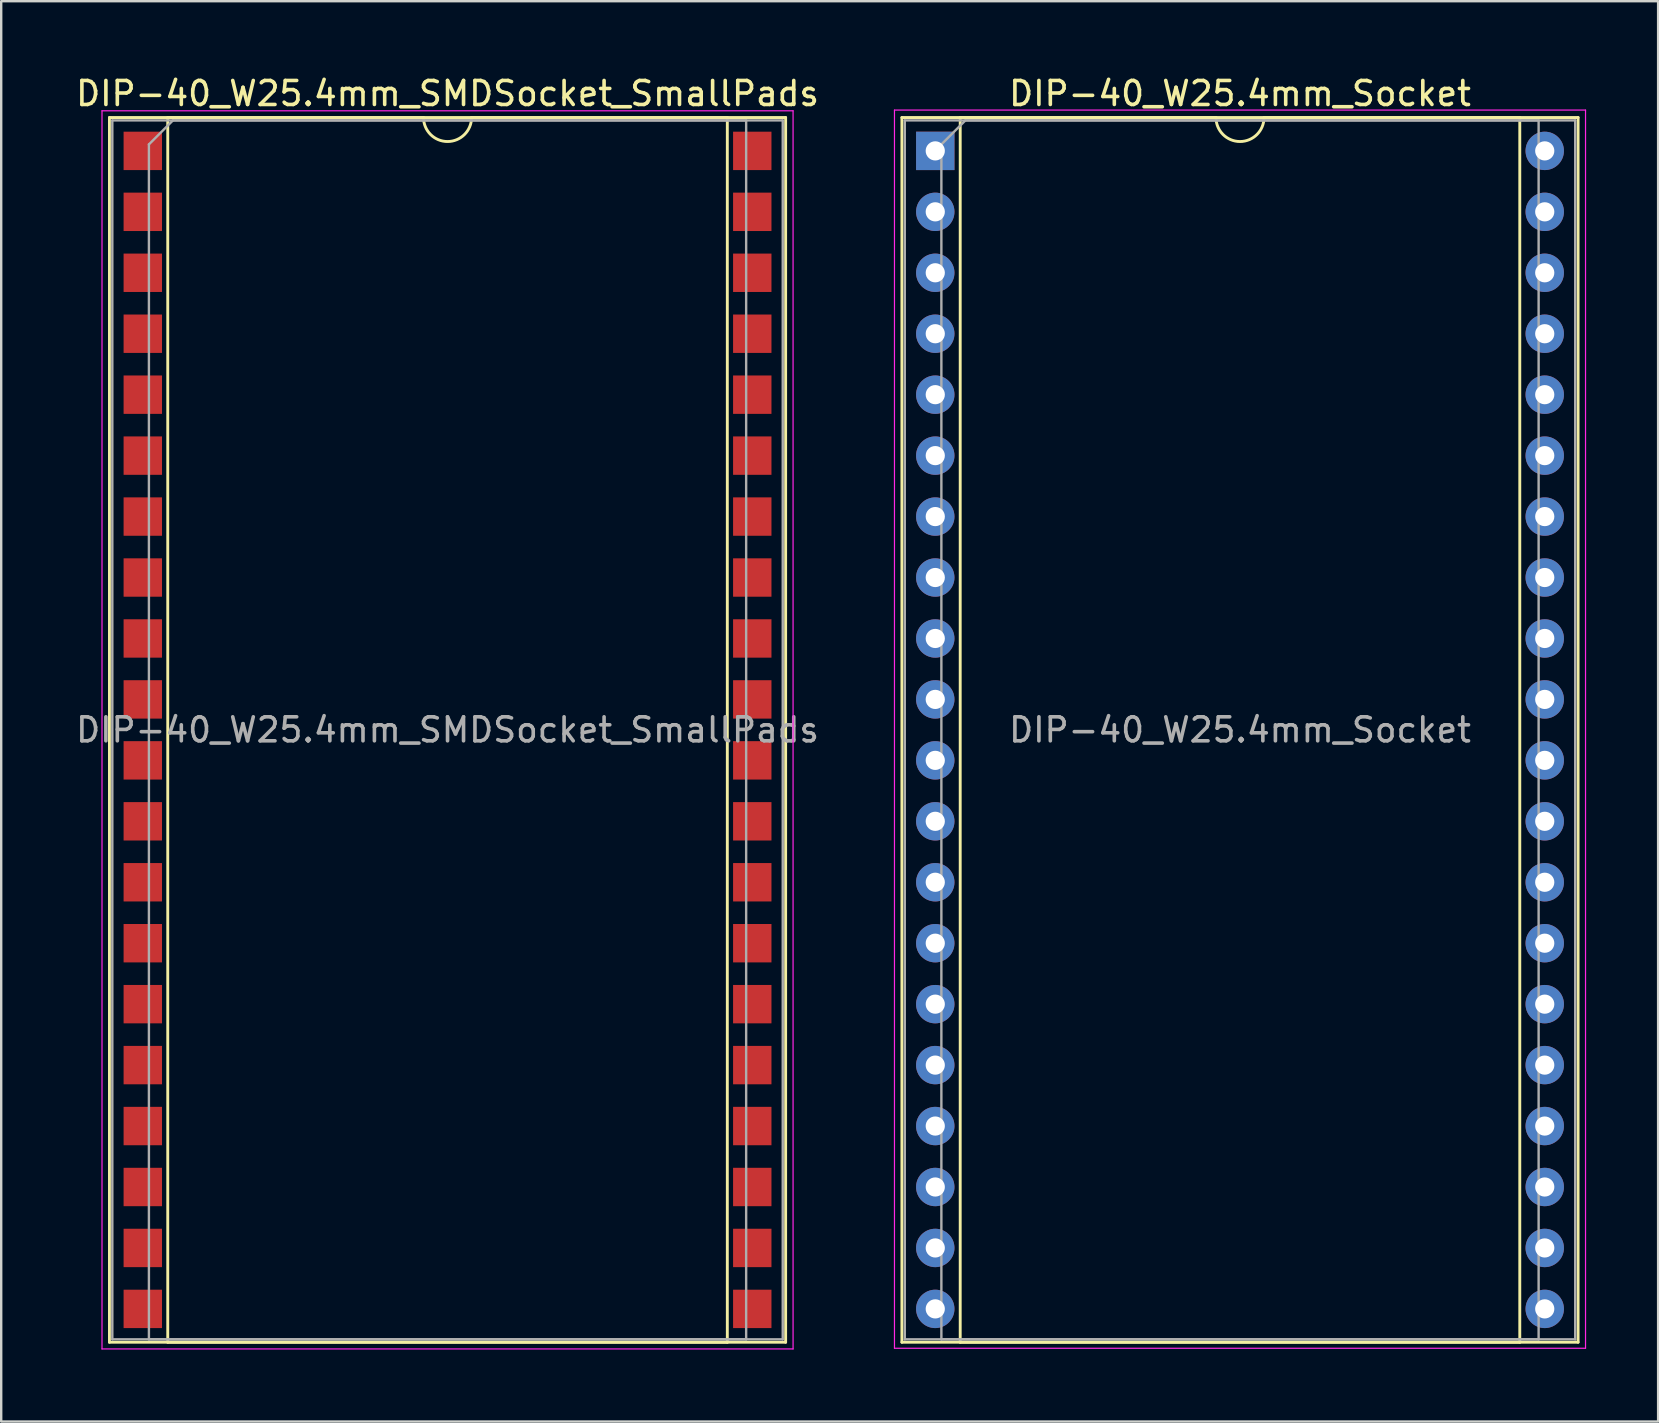
<source format=kicad_pcb>
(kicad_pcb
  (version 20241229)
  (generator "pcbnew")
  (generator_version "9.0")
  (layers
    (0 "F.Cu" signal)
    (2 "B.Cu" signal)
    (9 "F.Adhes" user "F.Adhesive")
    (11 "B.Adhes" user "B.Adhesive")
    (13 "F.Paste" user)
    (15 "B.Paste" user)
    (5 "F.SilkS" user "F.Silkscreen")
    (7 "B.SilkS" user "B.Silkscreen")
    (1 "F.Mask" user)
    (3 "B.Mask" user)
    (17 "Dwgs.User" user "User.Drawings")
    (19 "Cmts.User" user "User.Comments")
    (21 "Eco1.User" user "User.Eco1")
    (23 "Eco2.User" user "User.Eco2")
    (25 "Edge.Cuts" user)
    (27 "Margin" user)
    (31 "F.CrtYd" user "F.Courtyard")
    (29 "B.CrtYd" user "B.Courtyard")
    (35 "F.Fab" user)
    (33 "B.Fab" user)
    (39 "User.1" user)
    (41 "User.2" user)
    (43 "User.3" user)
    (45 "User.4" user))
  (footprint "DIP-40_W25.4mm_SMDSocket_SmallPads"
    (layer "F.Cu")
    (at 15.601 27.368)
    (property "Reference" "DIP-40_W25.4mm_SMDSocket_SmallPads" (at 0 -26.52 0) (layer "F.SilkS") (effects (font (size 1 1) (thickness 0.15))))
    (attr smd)
    (fp_line (start -14.09 -25.52) (end -14.09 25.52) (stroke (width 0.12) (type solid)) (layer "F.SilkS"))
    (fp_line (start -14.09 25.52) (end 14.09 25.52) (stroke (width 0.12) (type solid)) (layer "F.SilkS"))
    (fp_line (start -11.66 -25.52) (end -11.66 25.52) (stroke (width 0.12) (type solid)) (layer "F.SilkS"))
    (fp_line (start -11.66 25.52) (end 11.66 25.52) (stroke (width 0.12) (type solid)) (layer "F.SilkS"))
    (fp_line (start -1 -25.52) (end -11.66 -25.52) (stroke (width 0.12) (type solid)) (layer "F.SilkS"))
    (fp_line (start 11.66 -25.52) (end 1 -25.52) (stroke (width 0.12) (type solid)) (layer "F.SilkS"))
    (fp_line (start 11.66 25.52) (end 11.66 -25.52) (stroke (width 0.12) (type solid)) (layer "F.SilkS"))
    (fp_line (start 14.09 -25.52) (end -14.09 -25.52) (stroke (width 0.12) (type solid)) (layer "F.SilkS"))
    (fp_line (start 14.09 25.52) (end 14.09 -25.52) (stroke (width 0.12) (type solid)) (layer "F.SilkS"))
    (fp_arc (start 1 -25.52) (mid 0 -24.52) (end -1 -25.52) (stroke (width 0.12) (type solid)) (layer "F.SilkS"))
    (fp_line (start -14.4 -25.8) (end -14.4 25.8) (stroke (width 0.05) (type solid)) (layer "F.CrtYd"))
    (fp_line (start -14.4 25.8) (end 14.4 25.8) (stroke (width 0.05) (type solid)) (layer "F.CrtYd"))
    (fp_line (start 14.4 -25.8) (end -14.4 -25.8) (stroke (width 0.05) (type solid)) (layer "F.CrtYd"))
    (fp_line (start 14.4 25.8) (end 14.4 -25.8) (stroke (width 0.05) (type solid)) (layer "F.CrtYd"))
    (fp_line (start -13.97 -25.4) (end -13.97 25.4) (stroke (width 0.1) (type solid)) (layer "F.Fab"))
    (fp_line (start -13.97 25.4) (end 13.97 25.4) (stroke (width 0.1) (type solid)) (layer "F.Fab"))
    (fp_line (start -12.445 -24.4) (end -11.445 -25.4) (stroke (width 0.1) (type solid)) (layer "F.Fab"))
    (fp_line (start -12.445 25.4) (end -12.445 -24.4) (stroke (width 0.1) (type solid)) (layer "F.Fab"))
    (fp_line (start -11.445 -25.4) (end 12.445 -25.4) (stroke (width 0.1) (type solid)) (layer "F.Fab"))
    (fp_line (start 12.445 -25.4) (end 12.445 25.4) (stroke (width 0.1) (type solid)) (layer "F.Fab"))
    (fp_line (start 12.445 25.4) (end -12.445 25.4) (stroke (width 0.1) (type solid)) (layer "F.Fab"))
    (fp_line (start 13.97 -25.4) (end -13.97 -25.4) (stroke (width 0.1) (type solid)) (layer "F.Fab"))
    (fp_line (start 13.97 25.4) (end 13.97 -25.4) (stroke (width 0.1) (type solid)) (layer "F.Fab"))
    (fp_text user "${REFERENCE}" (at 0 0 0) (layer "F.Fab") (effects (font (size 1 1) (thickness 0.15))))
    (pad "1" smd rect (at -12.7 -24.13) (size 1.6 1.6) (layers "F.Cu" "F.Mask" "F.Paste"))
    (pad "2" smd rect (at -12.7 -21.59) (size 1.6 1.6) (layers "F.Cu" "F.Mask" "F.Paste"))
    (pad "3" smd rect (at -12.7 -19.05) (size 1.6 1.6) (layers "F.Cu" "F.Mask" "F.Paste"))
    (pad "4" smd rect (at -12.7 -16.51) (size 1.6 1.6) (layers "F.Cu" "F.Mask" "F.Paste"))
    (pad "5" smd rect (at -12.7 -13.97) (size 1.6 1.6) (layers "F.Cu" "F.Mask" "F.Paste"))
    (pad "6" smd rect (at -12.7 -11.43) (size 1.6 1.6) (layers "F.Cu" "F.Mask" "F.Paste"))
    (pad "7" smd rect (at -12.7 -8.89) (size 1.6 1.6) (layers "F.Cu" "F.Mask" "F.Paste"))
    (pad "8" smd rect (at -12.7 -6.35) (size 1.6 1.6) (layers "F.Cu" "F.Mask" "F.Paste"))
    (pad "9" smd rect (at -12.7 -3.81) (size 1.6 1.6) (layers "F.Cu" "F.Mask" "F.Paste"))
    (pad "10" smd rect (at -12.7 -1.27) (size 1.6 1.6) (layers "F.Cu" "F.Mask" "F.Paste"))
    (pad "11" smd rect (at -12.7 1.27) (size 1.6 1.6) (layers "F.Cu" "F.Mask" "F.Paste"))
    (pad "12" smd rect (at -12.7 3.81) (size 1.6 1.6) (layers "F.Cu" "F.Mask" "F.Paste"))
    (pad "13" smd rect (at -12.7 6.35) (size 1.6 1.6) (layers "F.Cu" "F.Mask" "F.Paste"))
    (pad "14" smd rect (at -12.7 8.89) (size 1.6 1.6) (layers "F.Cu" "F.Mask" "F.Paste"))
    (pad "15" smd rect (at -12.7 11.43) (size 1.6 1.6) (layers "F.Cu" "F.Mask" "F.Paste"))
    (pad "16" smd rect (at -12.7 13.97) (size 1.6 1.6) (layers "F.Cu" "F.Mask" "F.Paste"))
    (pad "17" smd rect (at -12.7 16.51) (size 1.6 1.6) (layers "F.Cu" "F.Mask" "F.Paste"))
    (pad "18" smd rect (at -12.7 19.05) (size 1.6 1.6) (layers "F.Cu" "F.Mask" "F.Paste"))
    (pad "19" smd rect (at -12.7 21.59) (size 1.6 1.6) (layers "F.Cu" "F.Mask" "F.Paste"))
    (pad "20" smd rect (at -12.7 24.13) (size 1.6 1.6) (layers "F.Cu" "F.Mask" "F.Paste"))
    (pad "21" smd rect (at 12.7 24.13) (size 1.6 1.6) (layers "F.Cu" "F.Mask" "F.Paste"))
    (pad "22" smd rect (at 12.7 21.59) (size 1.6 1.6) (layers "F.Cu" "F.Mask" "F.Paste"))
    (pad "23" smd rect (at 12.7 19.05) (size 1.6 1.6) (layers "F.Cu" "F.Mask" "F.Paste"))
    (pad "24" smd rect (at 12.7 16.51) (size 1.6 1.6) (layers "F.Cu" "F.Mask" "F.Paste"))
    (pad "25" smd rect (at 12.7 13.97) (size 1.6 1.6) (layers "F.Cu" "F.Mask" "F.Paste"))
    (pad "26" smd rect (at 12.7 11.43) (size 1.6 1.6) (layers "F.Cu" "F.Mask" "F.Paste"))
    (pad "27" smd rect (at 12.7 8.89) (size 1.6 1.6) (layers "F.Cu" "F.Mask" "F.Paste"))
    (pad "28" smd rect (at 12.7 6.35) (size 1.6 1.6) (layers "F.Cu" "F.Mask" "F.Paste"))
    (pad "29" smd rect (at 12.7 3.81) (size 1.6 1.6) (layers "F.Cu" "F.Mask" "F.Paste"))
    (pad "30" smd rect (at 12.7 1.27) (size 1.6 1.6) (layers "F.Cu" "F.Mask" "F.Paste"))
    (pad "31" smd rect (at 12.7 -1.27) (size 1.6 1.6) (layers "F.Cu" "F.Mask" "F.Paste"))
    (pad "32" smd rect (at 12.7 -3.81) (size 1.6 1.6) (layers "F.Cu" "F.Mask" "F.Paste"))
    (pad "33" smd rect (at 12.7 -6.35) (size 1.6 1.6) (layers "F.Cu" "F.Mask" "F.Paste"))
    (pad "34" smd rect (at 12.7 -8.89) (size 1.6 1.6) (layers "F.Cu" "F.Mask" "F.Paste"))
    (pad "35" smd rect (at 12.7 -11.43) (size 1.6 1.6) (layers "F.Cu" "F.Mask" "F.Paste"))
    (pad "36" smd rect (at 12.7 -13.97) (size 1.6 1.6) (layers "F.Cu" "F.Mask" "F.Paste"))
    (pad "37" smd rect (at 12.7 -16.51) (size 1.6 1.6) (layers "F.Cu" "F.Mask" "F.Paste"))
    (pad "38" smd rect (at 12.7 -19.05) (size 1.6 1.6) (layers "F.Cu" "F.Mask" "F.Paste"))
    (pad "39" smd rect (at 12.7 -21.59) (size 1.6 1.6) (layers "F.Cu" "F.Mask" "F.Paste"))
    (pad "40" smd rect (at 12.7 -24.13) (size 1.6 1.6) (layers "F.Cu" "F.Mask" "F.Paste")))
  (footprint "DIP-40_W25.4mm_Socket"
    (layer "F.Cu")
    (at 35.927 3.238)
    (property "Reference" "DIP-40_W25.4mm_Socket" (at 12.7 -2.39 0) (layer "F.SilkS") (effects (font (size 1 1) (thickness 0.15))))
    (attr through_hole)
    (fp_line (start -1.39 -1.39) (end -1.39 49.65) (stroke (width 0.12) (type solid)) (layer "F.SilkS"))
    (fp_line (start -1.39 49.65) (end 26.79 49.65) (stroke (width 0.12) (type solid)) (layer "F.SilkS"))
    (fp_line (start 1.04 -1.39) (end 1.04 49.65) (stroke (width 0.12) (type solid)) (layer "F.SilkS"))
    (fp_line (start 1.04 49.65) (end 24.36 49.65) (stroke (width 0.12) (type solid)) (layer "F.SilkS"))
    (fp_line (start 11.7 -1.39) (end 1.04 -1.39) (stroke (width 0.12) (type solid)) (layer "F.SilkS"))
    (fp_line (start 24.36 -1.39) (end 13.7 -1.39) (stroke (width 0.12) (type solid)) (layer "F.SilkS"))
    (fp_line (start 24.36 49.65) (end 24.36 -1.39) (stroke (width 0.12) (type solid)) (layer "F.SilkS"))
    (fp_line (start 26.79 -1.39) (end -1.39 -1.39) (stroke (width 0.12) (type solid)) (layer "F.SilkS"))
    (fp_line (start 26.79 49.65) (end 26.79 -1.39) (stroke (width 0.12) (type solid)) (layer "F.SilkS"))
    (fp_arc (start 13.7 -1.39) (mid 12.7 -0.39) (end 11.7 -1.39) (stroke (width 0.12) (type solid)) (layer "F.SilkS"))
    (fp_line (start -1.7 -1.7) (end -1.7 49.9) (stroke (width 0.05) (type solid)) (layer "F.CrtYd"))
    (fp_line (start -1.7 49.9) (end 27.1 49.9) (stroke (width 0.05) (type solid)) (layer "F.CrtYd"))
    (fp_line (start 27.1 -1.7) (end -1.7 -1.7) (stroke (width 0.05) (type solid)) (layer "F.CrtYd"))
    (fp_line (start 27.1 49.9) (end 27.1 -1.7) (stroke (width 0.05) (type solid)) (layer "F.CrtYd"))
    (fp_line (start -1.27 -1.27) (end -1.27 49.53) (stroke (width 0.1) (type solid)) (layer "F.Fab"))
    (fp_line (start -1.27 49.53) (end 26.67 49.53) (stroke (width 0.1) (type solid)) (layer "F.Fab"))
    (fp_line (start 0.255 -0.27) (end 1.255 -1.27) (stroke (width 0.1) (type solid)) (layer "F.Fab"))
    (fp_line (start 0.255 49.53) (end 0.255 -0.27) (stroke (width 0.1) (type solid)) (layer "F.Fab"))
    (fp_line (start 1.255 -1.27) (end 25.145 -1.27) (stroke (width 0.1) (type solid)) (layer "F.Fab"))
    (fp_line (start 25.145 -1.27) (end 25.145 49.53) (stroke (width 0.1) (type solid)) (layer "F.Fab"))
    (fp_line (start 25.145 49.53) (end 0.255 49.53) (stroke (width 0.1) (type solid)) (layer "F.Fab"))
    (fp_line (start 26.67 -1.27) (end -1.27 -1.27) (stroke (width 0.1) (type solid)) (layer "F.Fab"))
    (fp_line (start 26.67 49.53) (end 26.67 -1.27) (stroke (width 0.1) (type solid)) (layer "F.Fab"))
    (fp_text user "${REFERENCE}" (at 12.7 24.13 0) (layer "F.Fab") (effects (font (size 1 1) (thickness 0.15))))
    (pad "1" thru_hole rect (at 0 0) (size 1.6 1.6) (drill 0.8) (layers "*.Cu" "*.Mask"))
    (pad "2" thru_hole oval (at 0 2.54) (size 1.6 1.6) (drill 0.8) (layers "*.Cu" "*.Mask"))
    (pad "3" thru_hole oval (at 0 5.08) (size 1.6 1.6) (drill 0.8) (layers "*.Cu" "*.Mask"))
    (pad "4" thru_hole oval (at 0 7.62) (size 1.6 1.6) (drill 0.8) (layers "*.Cu" "*.Mask"))
    (pad "5" thru_hole oval (at 0 10.16) (size 1.6 1.6) (drill 0.8) (layers "*.Cu" "*.Mask"))
    (pad "6" thru_hole oval (at 0 12.7) (size 1.6 1.6) (drill 0.8) (layers "*.Cu" "*.Mask"))
    (pad "7" thru_hole oval (at 0 15.24) (size 1.6 1.6) (drill 0.8) (layers "*.Cu" "*.Mask"))
    (pad "8" thru_hole oval (at 0 17.78) (size 1.6 1.6) (drill 0.8) (layers "*.Cu" "*.Mask"))
    (pad "9" thru_hole oval (at 0 20.32) (size 1.6 1.6) (drill 0.8) (layers "*.Cu" "*.Mask"))
    (pad "10" thru_hole oval (at 0 22.86) (size 1.6 1.6) (drill 0.8) (layers "*.Cu" "*.Mask"))
    (pad "11" thru_hole oval (at 0 25.4) (size 1.6 1.6) (drill 0.8) (layers "*.Cu" "*.Mask"))
    (pad "12" thru_hole oval (at 0 27.94) (size 1.6 1.6) (drill 0.8) (layers "*.Cu" "*.Mask"))
    (pad "13" thru_hole oval (at 0 30.48) (size 1.6 1.6) (drill 0.8) (layers "*.Cu" "*.Mask"))
    (pad "14" thru_hole oval (at 0 33.02) (size 1.6 1.6) (drill 0.8) (layers "*.Cu" "*.Mask"))
    (pad "15" thru_hole oval (at 0 35.56) (size 1.6 1.6) (drill 0.8) (layers "*.Cu" "*.Mask"))
    (pad "16" thru_hole oval (at 0 38.1) (size 1.6 1.6) (drill 0.8) (layers "*.Cu" "*.Mask"))
    (pad "17" thru_hole oval (at 0 40.64) (size 1.6 1.6) (drill 0.8) (layers "*.Cu" "*.Mask"))
    (pad "18" thru_hole oval (at 0 43.18) (size 1.6 1.6) (drill 0.8) (layers "*.Cu" "*.Mask"))
    (pad "19" thru_hole oval (at 0 45.72) (size 1.6 1.6) (drill 0.8) (layers "*.Cu" "*.Mask"))
    (pad "20" thru_hole oval (at 0 48.26) (size 1.6 1.6) (drill 0.8) (layers "*.Cu" "*.Mask"))
    (pad "21" thru_hole oval (at 25.4 48.26) (size 1.6 1.6) (drill 0.8) (layers "*.Cu" "*.Mask"))
    (pad "22" thru_hole oval (at 25.4 45.72) (size 1.6 1.6) (drill 0.8) (layers "*.Cu" "*.Mask"))
    (pad "23" thru_hole oval (at 25.4 43.18) (size 1.6 1.6) (drill 0.8) (layers "*.Cu" "*.Mask"))
    (pad "24" thru_hole oval (at 25.4 40.64) (size 1.6 1.6) (drill 0.8) (layers "*.Cu" "*.Mask"))
    (pad "25" thru_hole oval (at 25.4 38.1) (size 1.6 1.6) (drill 0.8) (layers "*.Cu" "*.Mask"))
    (pad "26" thru_hole oval (at 25.4 35.56) (size 1.6 1.6) (drill 0.8) (layers "*.Cu" "*.Mask"))
    (pad "27" thru_hole oval (at 25.4 33.02) (size 1.6 1.6) (drill 0.8) (layers "*.Cu" "*.Mask"))
    (pad "28" thru_hole oval (at 25.4 30.48) (size 1.6 1.6) (drill 0.8) (layers "*.Cu" "*.Mask"))
    (pad "29" thru_hole oval (at 25.4 27.94) (size 1.6 1.6) (drill 0.8) (layers "*.Cu" "*.Mask"))
    (pad "30" thru_hole oval (at 25.4 25.4) (size 1.6 1.6) (drill 0.8) (layers "*.Cu" "*.Mask"))
    (pad "31" thru_hole oval (at 25.4 22.86) (size 1.6 1.6) (drill 0.8) (layers "*.Cu" "*.Mask"))
    (pad "32" thru_hole oval (at 25.4 20.32) (size 1.6 1.6) (drill 0.8) (layers "*.Cu" "*.Mask"))
    (pad "33" thru_hole oval (at 25.4 17.78) (size 1.6 1.6) (drill 0.8) (layers "*.Cu" "*.Mask"))
    (pad "34" thru_hole oval (at 25.4 15.24) (size 1.6 1.6) (drill 0.8) (layers "*.Cu" "*.Mask"))
    (pad "35" thru_hole oval (at 25.4 12.7) (size 1.6 1.6) (drill 0.8) (layers "*.Cu" "*.Mask"))
    (pad "36" thru_hole oval (at 25.4 10.16) (size 1.6 1.6) (drill 0.8) (layers "*.Cu" "*.Mask"))
    (pad "37" thru_hole oval (at 25.4 7.62) (size 1.6 1.6) (drill 0.8) (layers "*.Cu" "*.Mask"))
    (pad "38" thru_hole oval (at 25.4 5.08) (size 1.6 1.6) (drill 0.8) (layers "*.Cu" "*.Mask"))
    (pad "39" thru_hole oval (at 25.4 2.54) (size 1.6 1.6) (drill 0.8) (layers "*.Cu" "*.Mask"))
    (pad "40" thru_hole oval (at 25.4 0) (size 1.6 1.6) (drill 0.8) (layers "*.Cu" "*.Mask")))
  (gr_rect
    (start -3 -3)
    (end 66.052 56.193)
    (stroke (width 0.1) (type default))
    (fill no)
    (layer "Edge.Cuts")))
</source>
